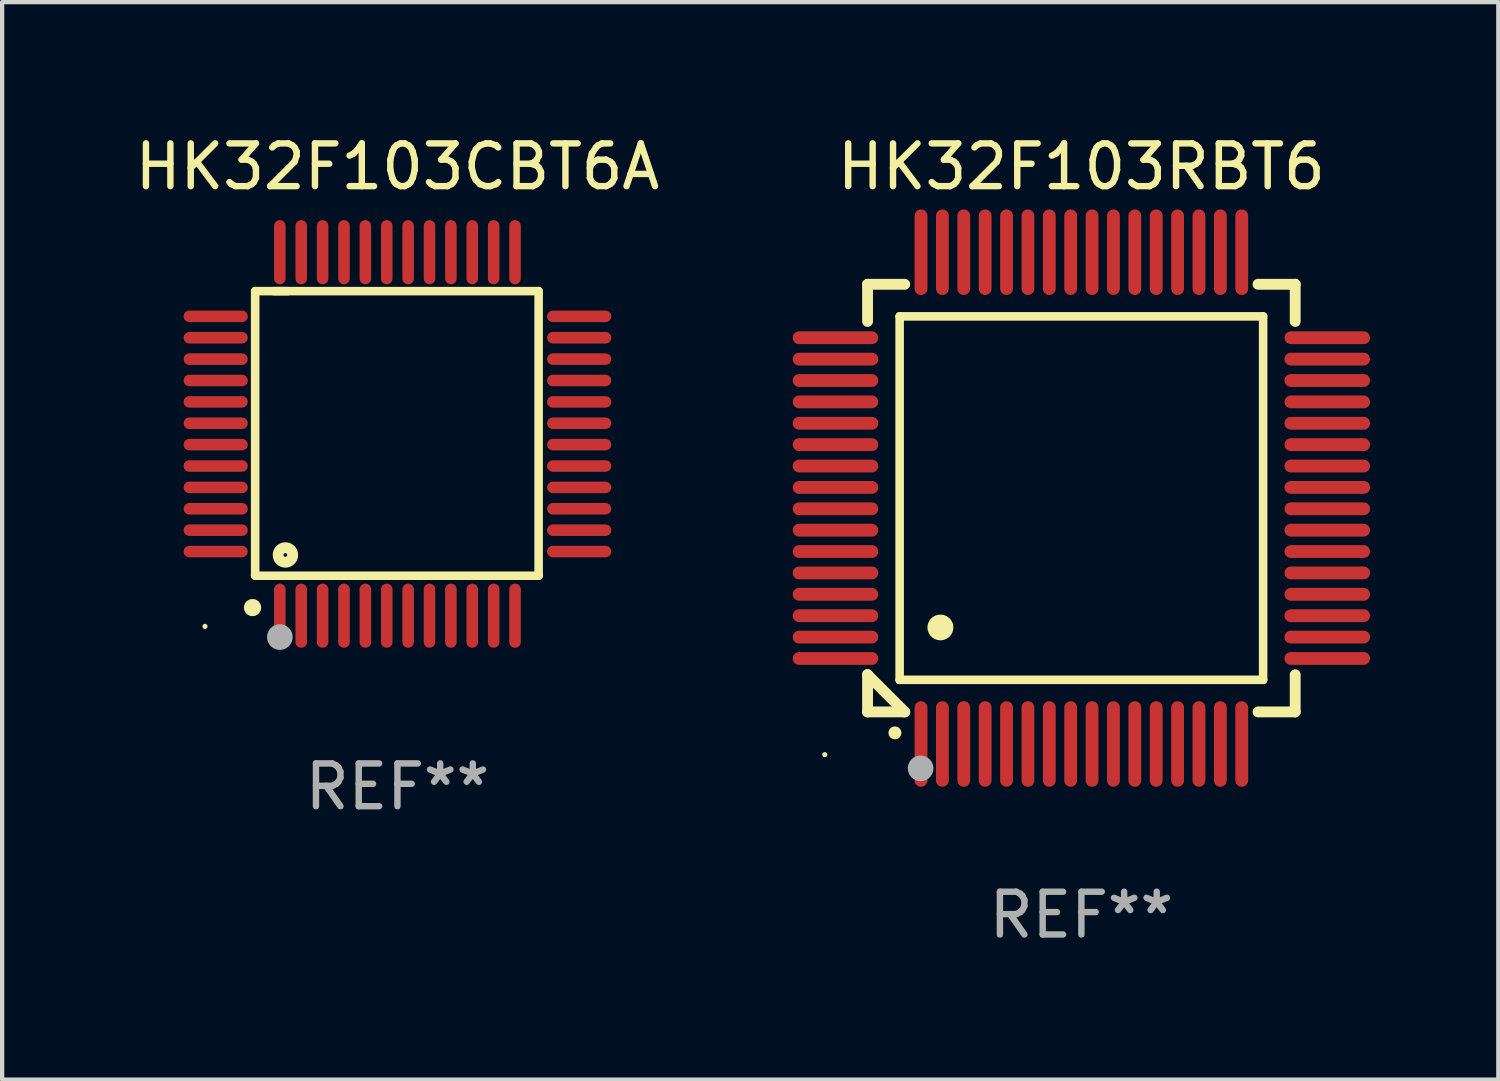
<source format=kicad_pcb>
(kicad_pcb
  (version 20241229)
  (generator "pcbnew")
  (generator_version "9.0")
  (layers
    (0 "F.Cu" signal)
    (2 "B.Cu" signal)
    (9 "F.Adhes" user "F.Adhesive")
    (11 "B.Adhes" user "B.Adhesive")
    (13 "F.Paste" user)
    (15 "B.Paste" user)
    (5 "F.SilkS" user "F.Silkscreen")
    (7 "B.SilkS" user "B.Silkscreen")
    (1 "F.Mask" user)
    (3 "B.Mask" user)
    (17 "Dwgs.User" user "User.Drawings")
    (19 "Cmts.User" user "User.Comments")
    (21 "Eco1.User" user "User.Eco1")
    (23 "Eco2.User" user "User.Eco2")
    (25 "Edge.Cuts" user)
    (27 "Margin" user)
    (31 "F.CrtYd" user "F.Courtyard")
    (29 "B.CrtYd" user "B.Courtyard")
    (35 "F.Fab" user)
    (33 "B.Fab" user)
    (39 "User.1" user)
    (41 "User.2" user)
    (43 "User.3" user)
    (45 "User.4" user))
  (footprint "HK32F103CBT6A"
    (layer "F.Cu")
    (at 6.244 7.098)
    (property "Reference" "HK32F103CBT6A" (at 0 -6.25 0) (layer "F.SilkS") (effects (font (size 1 1) (thickness 0.15))))
    (attr through_hole)
    (fp_line (start -3.327 -3.34) (end -2.565 -3.34) (stroke (width 0.2) (type solid)) (layer "F.SilkS"))
    (fp_line (start -3.327 3.315) (end -3.327 -3.34) (stroke (width 0.2) (type solid)) (layer "F.SilkS"))
    (fp_line (start -2.896 -3.34) (end 3.302 -3.34) (stroke (width 0.2) (type solid)) (layer "F.SilkS"))
    (fp_line (start 3.302 -3.34) (end 3.302 3.315) (stroke (width 0.2) (type solid)) (layer "F.SilkS"))
    (fp_line (start 3.302 3.315) (end -3.327 3.315) (stroke (width 0.2) (type solid)) (layer "F.SilkS"))
    (fp_arc (start -3.389992 4.059995) (mid -3.388722 4.059991) (end -3.387452 4.059995) (stroke (width 0.4) (type solid)) (layer "F.SilkS"))
    (fp_circle (center -4.5 4.5) (end -4.47 4.5) (stroke (width 0.06) (type solid)) (fill no) (layer "F.SilkS"))
    (fp_circle (center -2.62 2.83) (end -2.45 2.83) (stroke (width 0.254) (type solid)) (fill no) (layer "F.SilkS"))
    (fp_circle (center -2.75 4.75) (end -2.6 4.75) (stroke (width 0.3) (type solid)) (fill no) (layer "F.Fab"))
    (fp_text user "REF**" (at 0 8.25 0) (layer "F.Fab") (effects (font (size 1 1) (thickness 0.15))))
    (pad "1" smd oval (at -2.75 4.25) (size 0.27 1.5) (layers "F.Cu" "F.Mask" "F.Paste"))
    (pad "2" smd oval (at -2.25 4.25) (size 0.27 1.5) (layers "F.Cu" "F.Mask" "F.Paste"))
    (pad "3" smd oval (at -1.75 4.25) (size 0.27 1.5) (layers "F.Cu" "F.Mask" "F.Paste"))
    (pad "4" smd oval (at -1.25 4.25) (size 0.27 1.5) (layers "F.Cu" "F.Mask" "F.Paste"))
    (pad "5" smd oval (at -0.75 4.25) (size 0.27 1.5) (layers "F.Cu" "F.Mask" "F.Paste"))
    (pad "6" smd oval (at -0.25 4.25) (size 0.27 1.5) (layers "F.Cu" "F.Mask" "F.Paste"))
    (pad "7" smd oval (at 0.25 4.25) (size 0.27 1.5) (layers "F.Cu" "F.Mask" "F.Paste"))
    (pad "8" smd oval (at 0.75 4.25) (size 0.27 1.5) (layers "F.Cu" "F.Mask" "F.Paste"))
    (pad "9" smd oval (at 1.25 4.25) (size 0.27 1.5) (layers "F.Cu" "F.Mask" "F.Paste"))
    (pad "10" smd oval (at 1.75 4.25) (size 0.27 1.5) (layers "F.Cu" "F.Mask" "F.Paste"))
    (pad "11" smd oval (at 2.25 4.25) (size 0.27 1.5) (layers "F.Cu" "F.Mask" "F.Paste"))
    (pad "12" smd oval (at 2.75 4.25) (size 0.27 1.5) (layers "F.Cu" "F.Mask" "F.Paste"))
    (pad "13" smd oval (at 4.25 2.75) (size 1.5 0.27) (layers "F.Cu" "F.Mask" "F.Paste"))
    (pad "14" smd oval (at 4.25 2.25) (size 1.5 0.27) (layers "F.Cu" "F.Mask" "F.Paste"))
    (pad "15" smd oval (at 4.25 1.75) (size 1.5 0.27) (layers "F.Cu" "F.Mask" "F.Paste"))
    (pad "16" smd oval (at 4.25 1.25) (size 1.5 0.27) (layers "F.Cu" "F.Mask" "F.Paste"))
    (pad "17" smd oval (at 4.25 0.75) (size 1.5 0.27) (layers "F.Cu" "F.Mask" "F.Paste"))
    (pad "18" smd oval (at 4.25 0.25) (size 1.5 0.27) (layers "F.Cu" "F.Mask" "F.Paste"))
    (pad "19" smd oval (at 4.25 -0.25) (size 1.5 0.27) (layers "F.Cu" "F.Mask" "F.Paste"))
    (pad "20" smd oval (at 4.25 -0.75) (size 1.5 0.27) (layers "F.Cu" "F.Mask" "F.Paste"))
    (pad "21" smd oval (at 4.25 -1.25) (size 1.5 0.27) (layers "F.Cu" "F.Mask" "F.Paste"))
    (pad "22" smd oval (at 4.25 -1.75) (size 1.5 0.27) (layers "F.Cu" "F.Mask" "F.Paste"))
    (pad "23" smd oval (at 4.25 -2.25) (size 1.5 0.27) (layers "F.Cu" "F.Mask" "F.Paste"))
    (pad "24" smd oval (at 4.25 -2.75) (size 1.5 0.27) (layers "F.Cu" "F.Mask" "F.Paste"))
    (pad "25" smd oval (at 2.75 -4.25) (size 0.27 1.5) (layers "F.Cu" "F.Mask" "F.Paste"))
    (pad "26" smd oval (at 2.25 -4.25) (size 0.27 1.5) (layers "F.Cu" "F.Mask" "F.Paste"))
    (pad "27" smd oval (at 1.75 -4.25) (size 0.27 1.5) (layers "F.Cu" "F.Mask" "F.Paste"))
    (pad "28" smd oval (at 1.25 -4.25) (size 0.27 1.5) (layers "F.Cu" "F.Mask" "F.Paste"))
    (pad "29" smd oval (at 0.75 -4.25) (size 0.27 1.5) (layers "F.Cu" "F.Mask" "F.Paste"))
    (pad "30" smd oval (at 0.25 -4.25) (size 0.27 1.5) (layers "F.Cu" "F.Mask" "F.Paste"))
    (pad "31" smd oval (at -0.25 -4.25) (size 0.27 1.5) (layers "F.Cu" "F.Mask" "F.Paste"))
    (pad "32" smd oval (at -0.75 -4.25) (size 0.27 1.5) (layers "F.Cu" "F.Mask" "F.Paste"))
    (pad "33" smd oval (at -1.25 -4.25) (size 0.27 1.5) (layers "F.Cu" "F.Mask" "F.Paste"))
    (pad "34" smd oval (at -1.75 -4.25) (size 0.27 1.5) (layers "F.Cu" "F.Mask" "F.Paste"))
    (pad "35" smd oval (at -2.25 -4.25) (size 0.27 1.5) (layers "F.Cu" "F.Mask" "F.Paste"))
    (pad "36" smd oval (at -2.75 -4.25) (size 0.27 1.5) (layers "F.Cu" "F.Mask" "F.Paste"))
    (pad "37" smd oval (at -4.25 -2.75) (size 1.5 0.27) (layers "F.Cu" "F.Mask" "F.Paste"))
    (pad "38" smd oval (at -4.25 -2.25) (size 1.5 0.27) (layers "F.Cu" "F.Mask" "F.Paste"))
    (pad "39" smd oval (at -4.25 -1.75) (size 1.5 0.27) (layers "F.Cu" "F.Mask" "F.Paste"))
    (pad "40" smd oval (at -4.25 -1.25) (size 1.5 0.27) (layers "F.Cu" "F.Mask" "F.Paste"))
    (pad "41" smd oval (at -4.25 -0.75) (size 1.5 0.27) (layers "F.Cu" "F.Mask" "F.Paste"))
    (pad "42" smd oval (at -4.25 -0.25) (size 1.5 0.27) (layers "F.Cu" "F.Mask" "F.Paste"))
    (pad "43" smd oval (at -4.25 0.25) (size 1.5 0.27) (layers "F.Cu" "F.Mask" "F.Paste"))
    (pad "44" smd oval (at -4.25 0.75) (size 1.5 0.27) (layers "F.Cu" "F.Mask" "F.Paste"))
    (pad "45" smd oval (at -4.25 1.25) (size 1.5 0.27) (layers "F.Cu" "F.Mask" "F.Paste"))
    (pad "46" smd oval (at -4.25 1.75) (size 1.5 0.27) (layers "F.Cu" "F.Mask" "F.Paste"))
    (pad "47" smd oval (at -4.25 2.25) (size 1.5 0.27) (layers "F.Cu" "F.Mask" "F.Paste"))
    (pad "48" smd oval (at -4.25 2.75) (size 1.5 0.27) (layers "F.Cu" "F.Mask" "F.Paste")))
  (footprint "HK32F103RBT6"
    (layer "F.Cu")
    (at 22.238 8.598)
    (property "Reference" "HK32F103RBT6" (at 0 -7.75 0) (layer "F.SilkS") (effects (font (size 1 1) (thickness 0.15))))
    (attr through_hole)
    (fp_line (start -5 -5) (end -4.131 -5) (stroke (width 0.254) (type solid)) (layer "F.SilkS"))
    (fp_line (start -5 -4.131) (end -5 -5) (stroke (width 0.254) (type solid)) (layer "F.SilkS"))
    (fp_line (start -5 4.131) (end -5 4.131) (stroke (width 0.254) (type solid)) (layer "F.SilkS"))
    (fp_line (start -5 5) (end -5 4.131) (stroke (width 0.254) (type solid)) (layer "F.SilkS"))
    (fp_line (start -5 4.131) (end -4.131 5) (stroke (width 0.254) (type solid)) (layer "F.SilkS"))
    (fp_line (start -4.25 -4.25) (end -4.25 4.25) (stroke (width 0.2) (type solid)) (layer "F.SilkS"))
    (fp_line (start -4.25 4.25) (end 4.25 4.25) (stroke (width 0.2) (type solid)) (layer "F.SilkS"))
    (fp_line (start -4.131 5) (end -5 5) (stroke (width 0.254) (type solid)) (layer "F.SilkS"))
    (fp_line (start 4.25 -4.25) (end -4.25 -4.25) (stroke (width 0.2) (type solid)) (layer "F.SilkS"))
    (fp_line (start 4.25 4.25) (end 4.25 -4.25) (stroke (width 0.2) (type solid)) (layer "F.SilkS"))
    (fp_line (start 5 -5) (end 4.131 -5) (stroke (width 0.254) (type solid)) (layer "F.SilkS"))
    (fp_line (start 5 -5) (end 5 -4.131) (stroke (width 0.254) (type solid)) (layer "F.SilkS"))
    (fp_line (start 5 4.131) (end 5 5) (stroke (width 0.254) (type solid)) (layer "F.SilkS"))
    (fp_line (start 5 5) (end 4.131 5) (stroke (width 0.254) (type solid)) (layer "F.SilkS"))
    (fp_arc (start -4.361265 5.489992) (mid -4.359995 5.489987) (end -4.358725 5.489992) (stroke (width 0.3) (type solid)) (layer "F.SilkS"))
    (fp_arc (start -3.299467 3.025146) (mid -3.296927 3.025135) (end -3.294387 3.025146) (stroke (width 0.6) (type solid)) (layer "F.SilkS"))
    (fp_circle (center -6 6) (end -5.97 6) (stroke (width 0.06) (type solid)) (fill no) (layer "F.SilkS"))
    (fp_circle (center -3.76 6.32) (end -3.61 6.32) (stroke (width 0.3) (type solid)) (fill no) (layer "F.Fab"))
    (fp_text user "REF**" (at 0 9.75 0) (layer "F.Fab") (effects (font (size 1 1) (thickness 0.15))))
    (pad "1" smd oval (at -3.75 5.75) (size 0.3 2) (layers "F.Cu" "F.Mask" "F.Paste"))
    (pad "2" smd oval (at -3.25 5.75) (size 0.3 2) (layers "F.Cu" "F.Mask" "F.Paste"))
    (pad "3" smd oval (at -2.75 5.75) (size 0.3 2) (layers "F.Cu" "F.Mask" "F.Paste"))
    (pad "4" smd oval (at -2.25 5.75) (size 0.3 2) (layers "F.Cu" "F.Mask" "F.Paste"))
    (pad "5" smd oval (at -1.75 5.75) (size 0.3 2) (layers "F.Cu" "F.Mask" "F.Paste"))
    (pad "6" smd oval (at -1.25 5.75) (size 0.3 2) (layers "F.Cu" "F.Mask" "F.Paste"))
    (pad "7" smd oval (at -0.75 5.75) (size 0.3 2) (layers "F.Cu" "F.Mask" "F.Paste"))
    (pad "8" smd oval (at -0.25 5.75) (size 0.3 2) (layers "F.Cu" "F.Mask" "F.Paste"))
    (pad "9" smd oval (at 0.25 5.75) (size 0.3 2) (layers "F.Cu" "F.Mask" "F.Paste"))
    (pad "10" smd oval (at 0.75 5.75) (size 0.3 2) (layers "F.Cu" "F.Mask" "F.Paste"))
    (pad "11" smd oval (at 1.25 5.75) (size 0.3 2) (layers "F.Cu" "F.Mask" "F.Paste"))
    (pad "12" smd oval (at 1.75 5.75) (size 0.3 2) (layers "F.Cu" "F.Mask" "F.Paste"))
    (pad "13" smd oval (at 2.25 5.75) (size 0.3 2) (layers "F.Cu" "F.Mask" "F.Paste"))
    (pad "14" smd oval (at 2.75 5.75) (size 0.3 2) (layers "F.Cu" "F.Mask" "F.Paste"))
    (pad "15" smd oval (at 3.25 5.75) (size 0.3 2) (layers "F.Cu" "F.Mask" "F.Paste"))
    (pad "16" smd oval (at 3.75 5.75) (size 0.3 2) (layers "F.Cu" "F.Mask" "F.Paste"))
    (pad "17" smd oval (at 5.75 3.75) (size 2 0.3) (layers "F.Cu" "F.Mask" "F.Paste"))
    (pad "18" smd oval (at 5.75 3.25) (size 2 0.3) (layers "F.Cu" "F.Mask" "F.Paste"))
    (pad "19" smd oval (at 5.75 2.75) (size 2 0.3) (layers "F.Cu" "F.Mask" "F.Paste"))
    (pad "20" smd oval (at 5.75 2.25) (size 2 0.3) (layers "F.Cu" "F.Mask" "F.Paste"))
    (pad "21" smd oval (at 5.75 1.75) (size 2 0.3) (layers "F.Cu" "F.Mask" "F.Paste"))
    (pad "22" smd oval (at 5.75 1.25) (size 2 0.3) (layers "F.Cu" "F.Mask" "F.Paste"))
    (pad "23" smd oval (at 5.75 0.75) (size 2 0.3) (layers "F.Cu" "F.Mask" "F.Paste"))
    (pad "24" smd oval (at 5.75 0.25) (size 2 0.3) (layers "F.Cu" "F.Mask" "F.Paste"))
    (pad "25" smd oval (at 5.75 -0.25) (size 2 0.3) (layers "F.Cu" "F.Mask" "F.Paste"))
    (pad "26" smd oval (at 5.75 -0.75) (size 2 0.3) (layers "F.Cu" "F.Mask" "F.Paste"))
    (pad "27" smd oval (at 5.75 -1.25) (size 2 0.3) (layers "F.Cu" "F.Mask" "F.Paste"))
    (pad "28" smd oval (at 5.75 -1.75) (size 2 0.3) (layers "F.Cu" "F.Mask" "F.Paste"))
    (pad "29" smd oval (at 5.75 -2.25) (size 2 0.3) (layers "F.Cu" "F.Mask" "F.Paste"))
    (pad "30" smd oval (at 5.75 -2.75) (size 2 0.3) (layers "F.Cu" "F.Mask" "F.Paste"))
    (pad "31" smd oval (at 5.75 -3.25) (size 2 0.3) (layers "F.Cu" "F.Mask" "F.Paste"))
    (pad "32" smd oval (at 5.75 -3.75) (size 2 0.3) (layers "F.Cu" "F.Mask" "F.Paste"))
    (pad "33" smd oval (at 3.75 -5.75) (size 0.3 2) (layers "F.Cu" "F.Mask" "F.Paste"))
    (pad "34" smd oval (at 3.25 -5.75) (size 0.3 2) (layers "F.Cu" "F.Mask" "F.Paste"))
    (pad "35" smd oval (at 2.75 -5.75) (size 0.3 2) (layers "F.Cu" "F.Mask" "F.Paste"))
    (pad "36" smd oval (at 2.25 -5.75) (size 0.3 2) (layers "F.Cu" "F.Mask" "F.Paste"))
    (pad "37" smd oval (at 1.75 -5.75) (size 0.3 2) (layers "F.Cu" "F.Mask" "F.Paste"))
    (pad "38" smd oval (at 1.25 -5.75) (size 0.3 2) (layers "F.Cu" "F.Mask" "F.Paste"))
    (pad "39" smd oval (at 0.75 -5.75) (size 0.3 2) (layers "F.Cu" "F.Mask" "F.Paste"))
    (pad "40" smd oval (at 0.25 -5.75) (size 0.3 2) (layers "F.Cu" "F.Mask" "F.Paste"))
    (pad "41" smd oval (at -0.25 -5.75) (size 0.3 2) (layers "F.Cu" "F.Mask" "F.Paste"))
    (pad "42" smd oval (at -0.75 -5.75) (size 0.3 2) (layers "F.Cu" "F.Mask" "F.Paste"))
    (pad "43" smd oval (at -1.25 -5.75) (size 0.3 2) (layers "F.Cu" "F.Mask" "F.Paste"))
    (pad "44" smd oval (at -1.75 -5.75) (size 0.3 2) (layers "F.Cu" "F.Mask" "F.Paste"))
    (pad "45" smd oval (at -2.25 -5.75) (size 0.3 2) (layers "F.Cu" "F.Mask" "F.Paste"))
    (pad "46" smd oval (at -2.75 -5.75) (size 0.3 2) (layers "F.Cu" "F.Mask" "F.Paste"))
    (pad "47" smd oval (at -3.25 -5.75) (size 0.3 2) (layers "F.Cu" "F.Mask" "F.Paste"))
    (pad "48" smd oval (at -3.75 -5.75) (size 0.3 2) (layers "F.Cu" "F.Mask" "F.Paste"))
    (pad "49" smd oval (at -5.75 -3.75) (size 2 0.3) (layers "F.Cu" "F.Mask" "F.Paste"))
    (pad "50" smd oval (at -5.75 -3.25) (size 2 0.3) (layers "F.Cu" "F.Mask" "F.Paste"))
    (pad "51" smd oval (at -5.75 -2.75) (size 2 0.3) (layers "F.Cu" "F.Mask" "F.Paste"))
    (pad "52" smd oval (at -5.75 -2.25) (size 2 0.3) (layers "F.Cu" "F.Mask" "F.Paste"))
    (pad "53" smd oval (at -5.75 -1.75) (size 2 0.3) (layers "F.Cu" "F.Mask" "F.Paste"))
    (pad "54" smd oval (at -5.75 -1.25) (size 2 0.3) (layers "F.Cu" "F.Mask" "F.Paste"))
    (pad "55" smd oval (at -5.75 -0.75) (size 2 0.3) (layers "F.Cu" "F.Mask" "F.Paste"))
    (pad "56" smd oval (at -5.75 -0.25) (size 2 0.3) (layers "F.Cu" "F.Mask" "F.Paste"))
    (pad "57" smd oval (at -5.75 0.25) (size 2 0.3) (layers "F.Cu" "F.Mask" "F.Paste"))
    (pad "58" smd oval (at -5.75 0.75) (size 2 0.3) (layers "F.Cu" "F.Mask" "F.Paste"))
    (pad "59" smd oval (at -5.75 1.25) (size 2 0.3) (layers "F.Cu" "F.Mask" "F.Paste"))
    (pad "60" smd oval (at -5.75 1.75) (size 2 0.3) (layers "F.Cu" "F.Mask" "F.Paste"))
    (pad "61" smd oval (at -5.75 2.25) (size 2 0.3) (layers "F.Cu" "F.Mask" "F.Paste"))
    (pad "62" smd oval (at -5.75 2.75) (size 2 0.3) (layers "F.Cu" "F.Mask" "F.Paste"))
    (pad "63" smd oval (at -5.75 3.25) (size 2 0.3) (layers "F.Cu" "F.Mask" "F.Paste"))
    (pad "64" smd oval (at -5.75 3.75) (size 2 0.3) (layers "F.Cu" "F.Mask" "F.Paste")))
  (gr_rect
    (start -3 -3)
    (end 31.988 22.196)
    (stroke (width 0.1) (type default))
    (fill no)
    (layer "Edge.Cuts")))
</source>
